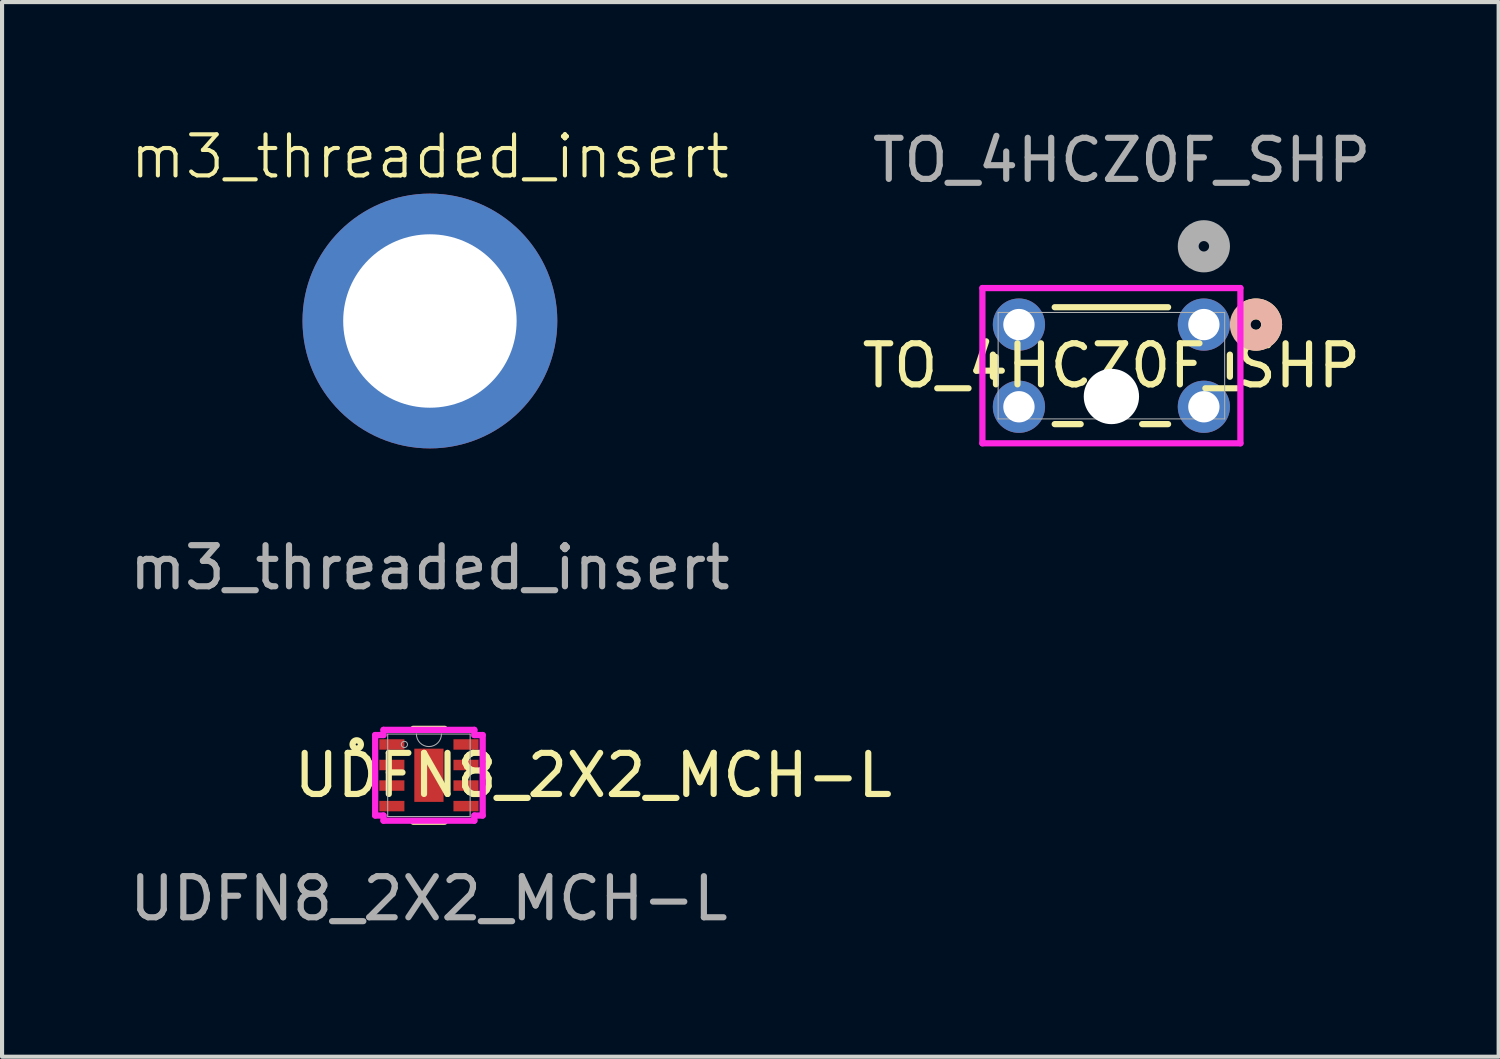
<source format=kicad_pcb>
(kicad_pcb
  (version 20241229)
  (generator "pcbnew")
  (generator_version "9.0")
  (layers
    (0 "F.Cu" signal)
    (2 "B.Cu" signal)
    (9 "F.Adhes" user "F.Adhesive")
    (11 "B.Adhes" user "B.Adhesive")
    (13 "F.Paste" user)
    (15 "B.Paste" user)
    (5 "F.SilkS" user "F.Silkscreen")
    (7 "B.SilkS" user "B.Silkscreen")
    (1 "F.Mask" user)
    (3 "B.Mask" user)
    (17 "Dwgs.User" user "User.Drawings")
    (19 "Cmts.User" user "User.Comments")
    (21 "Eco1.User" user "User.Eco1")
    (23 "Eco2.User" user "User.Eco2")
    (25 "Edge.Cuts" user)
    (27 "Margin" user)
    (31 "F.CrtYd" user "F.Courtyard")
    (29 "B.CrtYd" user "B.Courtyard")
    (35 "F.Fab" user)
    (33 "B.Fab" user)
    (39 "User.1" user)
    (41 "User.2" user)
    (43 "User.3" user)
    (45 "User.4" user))
  (footprint "UDFN8_2X2_MCH-L"
    (layer "F.Cu")
    (at 7.387 15.815)
    (property "Reference" "UDFN8_2X2_MCH-L" (at 4 0 0) (unlocked yes) (layer "F.SilkS") (effects (font (size 1 1) (thickness 0.15))))
    (attr smd)
    (fp_line (start -0.381 1.13) (end 0.381 1.13) (stroke (width 0.152) (type solid)) (layer "F.SilkS"))
    (fp_line (start 0.381 -1.13) (end -0.381 -1.13) (stroke (width 0.152) (type solid)) (layer "F.SilkS"))
    (fp_circle (center -1.757 -0.75) (end -1.656 -0.75) (stroke (width 0.152) (type solid)) (fill no) (layer "F.SilkS"))
    (fp_line (start -1.308 -0.979) (end -1.105 -0.979) (stroke (width 0.152) (type solid)) (layer "F.CrtYd"))
    (fp_line (start -1.308 0.979) (end -1.308 -0.979) (stroke (width 0.152) (type solid)) (layer "F.CrtYd"))
    (fp_line (start -1.308 0.979) (end -1.105 0.979) (stroke (width 0.152) (type solid)) (layer "F.CrtYd"))
    (fp_line (start -1.105 -1.105) (end 1.105 -1.105) (stroke (width 0.152) (type solid)) (layer "F.CrtYd"))
    (fp_line (start -1.105 -0.979) (end -1.105 -1.105) (stroke (width 0.152) (type solid)) (layer "F.CrtYd"))
    (fp_line (start -1.105 1.105) (end -1.105 0.979) (stroke (width 0.152) (type solid)) (layer "F.CrtYd"))
    (fp_line (start 1.105 -1.105) (end 1.105 -0.979) (stroke (width 0.152) (type solid)) (layer "F.CrtYd"))
    (fp_line (start 1.105 0.979) (end 1.105 1.105) (stroke (width 0.152) (type solid)) (layer "F.CrtYd"))
    (fp_line (start 1.105 1.105) (end -1.105 1.105) (stroke (width 0.152) (type solid)) (layer "F.CrtYd"))
    (fp_line (start 1.308 -0.979) (end 1.105 -0.979) (stroke (width 0.152) (type solid)) (layer "F.CrtYd"))
    (fp_line (start 1.308 -0.979) (end 1.308 0.979) (stroke (width 0.152) (type solid)) (layer "F.CrtYd"))
    (fp_line (start 1.308 0.979) (end 1.105 0.979) (stroke (width 0.152) (type solid)) (layer "F.CrtYd"))
    (fp_line (start -1.003 -1.003) (end -1.003 1.003) (stroke (width 0.025) (type solid)) (layer "F.Fab"))
    (fp_line (start -1.003 1.003) (end 1.003 1.003) (stroke (width 0.025) (type solid)) (layer "F.Fab"))
    (fp_line (start 1.003 -1.003) (end -1.003 -1.003) (stroke (width 0.025) (type solid)) (layer "F.Fab"))
    (fp_line (start 1.003 1.003) (end 1.003 -1.003) (stroke (width 0.025) (type solid)) (layer "F.Fab"))
    (fp_arc (start 0.3048 -1.0033) (mid 0 -0.6985) (end -0.3048 -1.0033) (stroke (width 0.0254) (type solid)) (layer "F.Fab"))
    (fp_circle (center -0.597 -0.75) (end -0.521 -0.75) (stroke (width 0.025) (type solid)) (fill no) (layer "F.Fab"))
    (fp_text user "${REFERENCE}" (at 0 3 0) (unlocked yes) (layer "F.Fab") (effects (font (size 1 1) (thickness 0.15))))
    (pad "1" smd rect (at -0.902 -0.75) (size 0.61 0.254) (layers "F.Cu" "F.Mask" "F.Paste"))
    (pad "2" smd rect (at -0.902 -0.25) (size 0.61 0.254) (layers "F.Cu" "F.Mask" "F.Paste"))
    (pad "3" smd rect (at -0.902 0.25) (size 0.61 0.254) (layers "F.Cu" "F.Mask" "F.Paste"))
    (pad "4" smd rect (at -0.902 0.75) (size 0.61 0.254) (layers "F.Cu" "F.Mask" "F.Paste"))
    (pad "5" smd rect (at 0.902 0.75) (size 0.61 0.254) (layers "F.Cu" "F.Mask" "F.Paste"))
    (pad "6" smd rect (at 0.902 0.25) (size 0.61 0.254) (layers "F.Cu" "F.Mask" "F.Paste"))
    (pad "7" smd rect (at 0.902 -0.25) (size 0.61 0.254) (layers "F.Cu" "F.Mask" "F.Paste"))
    (pad "8" smd rect (at 0.902 -0.75) (size 0.61 0.254) (layers "F.Cu" "F.Mask" "F.Paste"))
    (pad "9" smd rect (at 0 0) (size 0.711 1.295) (layers "F.Cu" "F.Mask" "F.Paste")))
  (footprint "TO_4HCZ0F_SHP"
    (layer "F.Cu")
    (at 26.244 4.848)
    (property "Reference" "TO_4HCZ0F_SHP" (at -2.25 1 0) (unlocked yes) (layer "F.SilkS") (effects (font (size 1 1) (thickness 0.15))))
    (attr through_hole)
    (fp_line (start -5.133 0.732) (end -5.133 1.268) (stroke (width 0.152) (type solid)) (layer "F.SilkS"))
    (fp_line (start -3.629 2.422) (end -2.998 2.422) (stroke (width 0.152) (type solid)) (layer "F.SilkS"))
    (fp_line (start -1.502 2.422) (end -0.871 2.422) (stroke (width 0.152) (type solid)) (layer "F.SilkS"))
    (fp_line (start -0.871 -0.422) (end -3.629 -0.422) (stroke (width 0.152) (type solid)) (layer "F.SilkS"))
    (fp_line (start 0.633 1.268) (end 0.633 0.732) (stroke (width 0.152) (type solid)) (layer "F.SilkS"))
    (fp_arc (start 1.094199 -0.339101) (mid 1.466622 -0.32507) (end 1.648899 0) (stroke (width 0.508) (type solid)) (layer "F.SilkS"))
    (fp_arc (start 1.648899 0) (mid 1.466622 0.32507) (end 1.094199 0.339101) (stroke (width 0.508) (type solid)) (layer "F.SilkS"))
    (fp_circle (center 1.268 0) (end 1.649 0) (stroke (width 0.508) (type solid)) (fill no) (layer "B.SilkS"))
    (fp_line (start -5.389 -0.889) (end -5.389 2.889) (stroke (width 0.152) (type solid)) (layer "F.CrtYd"))
    (fp_line (start -5.389 2.889) (end 0.889 2.889) (stroke (width 0.152) (type solid)) (layer "F.CrtYd"))
    (fp_line (start 0.889 -0.889) (end -5.389 -0.889) (stroke (width 0.152) (type solid)) (layer "F.CrtYd"))
    (fp_line (start 0.889 2.889) (end 0.889 -0.889) (stroke (width 0.152) (type solid)) (layer "F.CrtYd"))
    (fp_line (start -5.006 -0.295) (end -5.006 2.295) (stroke (width 0.025) (type solid)) (layer "F.Fab"))
    (fp_line (start -5.006 2.295) (end 0.506 2.295) (stroke (width 0.025) (type solid)) (layer "F.Fab"))
    (fp_line (start 0.506 -0.295) (end -5.006 -0.295) (stroke (width 0.025) (type solid)) (layer "F.Fab"))
    (fp_line (start 0.506 2.295) (end 0.506 -0.295) (stroke (width 0.025) (type solid)) (layer "F.Fab"))
    (fp_circle (center 0 -1.905) (end 0.381 -1.905) (stroke (width 0.508) (type solid)) (fill no) (layer "F.Fab"))
    (fp_text user "${REFERENCE}" (at -2 -4 0) (unlocked yes) (layer "F.Fab") (effects (font (size 1 1) (thickness 0.15))))
    (pad "" np_thru_hole circle (at -2.25 1.75) (size 1.346 1.346) (drill 1.346) (layers "*.Cu" "*.Mask"))
    (pad "1" thru_hole circle (at 0 0) (size 1.27 1.27) (drill 0.762) (layers "*.Cu" "*.Mask"))
    (pad "2" thru_hole circle (at -4.5 0) (size 1.27 1.27) (drill 0.762) (layers "*.Cu" "*.Mask"))
    (pad "3" thru_hole circle (at -4.5 2) (size 1.27 1.27) (drill 0.762) (layers "*.Cu" "*.Mask"))
    (pad "4" thru_hole circle (at 0 2) (size 1.27 1.27) (drill 0.762) (layers "*.Cu" "*.Mask")))
  (footprint "m3_threaded_insert"
    (layer "F.Cu")
    (at 7.411 4.761)
    (property "Reference" "m3_threaded_insert" (at 0 -4 0) (unlocked yes) (layer "F.SilkS") (effects (font (size 1 1) (thickness 0.1))))
    (attr smd)
    (fp_text user "${REFERENCE}" (at 0 6 0) (unlocked yes) (layer "F.Fab") (effects (font (size 1 1) (thickness 0.15))))
    (pad "" np_thru_hole circle (at 0 0) (size 6.2 6.2) (drill 4.22) (layers "*.Cu" "*.Mask")))
  (gr_rect
    (start -3 -3)
    (end 33.417 22.663)
    (stroke (width 0.1) (type default))
    (fill no)
    (layer "Edge.Cuts")))
</source>
